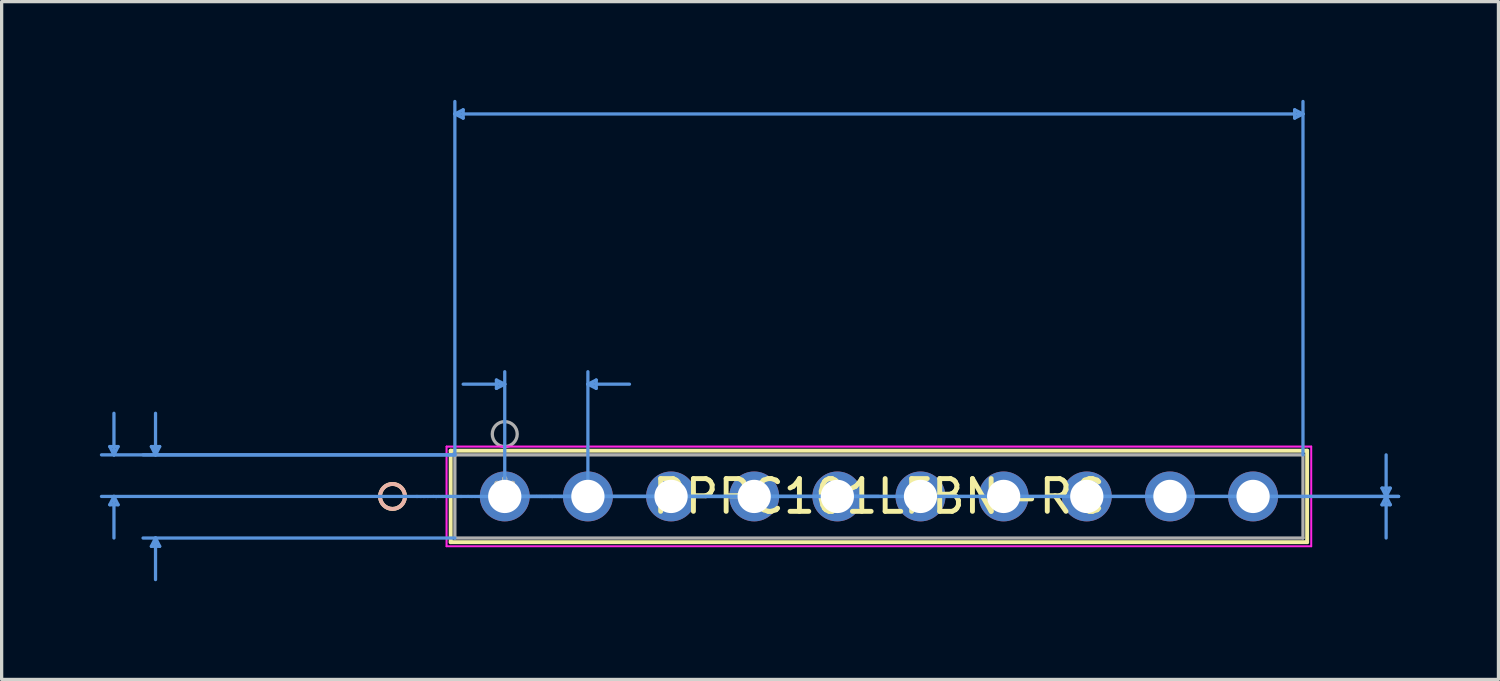
<source format=kicad_pcb>
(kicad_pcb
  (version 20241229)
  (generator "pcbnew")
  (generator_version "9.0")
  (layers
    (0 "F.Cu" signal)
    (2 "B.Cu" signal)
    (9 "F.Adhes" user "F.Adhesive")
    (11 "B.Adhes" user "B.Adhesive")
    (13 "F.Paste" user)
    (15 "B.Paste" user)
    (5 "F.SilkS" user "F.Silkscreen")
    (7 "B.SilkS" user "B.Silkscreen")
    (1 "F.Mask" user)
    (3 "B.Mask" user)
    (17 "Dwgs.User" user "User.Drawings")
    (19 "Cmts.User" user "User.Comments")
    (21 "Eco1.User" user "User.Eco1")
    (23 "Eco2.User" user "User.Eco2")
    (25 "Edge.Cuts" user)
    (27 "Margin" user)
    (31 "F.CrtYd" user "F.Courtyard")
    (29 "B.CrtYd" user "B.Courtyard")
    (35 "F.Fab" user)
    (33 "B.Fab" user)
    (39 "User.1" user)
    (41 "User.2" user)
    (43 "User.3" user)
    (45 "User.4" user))
  (footprint "PPPC101LFBN-RC"
    (layer "F.Cu")
    (at 12.369 12.115)
    (property "Reference" "PPPC101LFBN-RC" (at 11.43 0 0) (layer "F.SilkS") (effects (font (size 1 1) (thickness 0.15))))
    (attr through_hole)
    (fp_line (start -1.651 -1.397) (end -1.651 1.397) (stroke (width 0.12) (type solid)) (layer "F.SilkS"))
    (fp_line (start -1.651 1.397) (end 24.511 1.397) (stroke (width 0.12) (type solid)) (layer "F.SilkS"))
    (fp_line (start 24.511 -1.397) (end -1.651 -1.397) (stroke (width 0.12) (type solid)) (layer "F.SilkS"))
    (fp_line (start 24.511 1.397) (end 24.511 -1.397) (stroke (width 0.12) (type solid)) (layer "F.SilkS"))
    (fp_circle (center -3.429 0) (end -3.048 0) (stroke (width 0.12) (type solid)) (fill no) (layer "F.SilkS"))
    (fp_circle (center -3.429 0) (end -3.048 0) (stroke (width 0.12) (type solid)) (fill no) (layer "B.SilkS"))
    (fp_line (start -12.065 -1.524) (end -11.811 -1.524) (stroke (width 0.1) (type solid)) (layer "Cmts.User"))
    (fp_line (start -12.065 0.254) (end -11.811 0.254) (stroke (width 0.1) (type solid)) (layer "Cmts.User"))
    (fp_line (start -11.938 -1.27) (end -12.065 -1.524) (stroke (width 0.1) (type solid)) (layer "Cmts.User"))
    (fp_line (start -11.938 -1.27) (end -11.938 -2.54) (stroke (width 0.1) (type solid)) (layer "Cmts.User"))
    (fp_line (start -11.938 -1.27) (end -11.811 -1.524) (stroke (width 0.1) (type solid)) (layer "Cmts.User"))
    (fp_line (start -11.938 0) (end -12.065 0.254) (stroke (width 0.1) (type solid)) (layer "Cmts.User"))
    (fp_line (start -11.938 0) (end -11.938 1.27) (stroke (width 0.1) (type solid)) (layer "Cmts.User"))
    (fp_line (start -11.938 0) (end -11.811 0.254) (stroke (width 0.1) (type solid)) (layer "Cmts.User"))
    (fp_line (start -10.795 -1.524) (end -10.541 -1.524) (stroke (width 0.1) (type solid)) (layer "Cmts.User"))
    (fp_line (start -10.795 1.524) (end -10.541 1.524) (stroke (width 0.1) (type solid)) (layer "Cmts.User"))
    (fp_line (start -10.668 -1.27) (end -10.795 -1.524) (stroke (width 0.1) (type solid)) (layer "Cmts.User"))
    (fp_line (start -10.668 -1.27) (end -10.668 -2.54) (stroke (width 0.1) (type solid)) (layer "Cmts.User"))
    (fp_line (start -10.668 -1.27) (end -10.541 -1.524) (stroke (width 0.1) (type solid)) (layer "Cmts.User"))
    (fp_line (start -10.668 1.27) (end -10.795 1.524) (stroke (width 0.1) (type solid)) (layer "Cmts.User"))
    (fp_line (start -10.668 1.27) (end -10.668 2.54) (stroke (width 0.1) (type solid)) (layer "Cmts.User"))
    (fp_line (start -10.668 1.27) (end -10.541 1.524) (stroke (width 0.1) (type solid)) (layer "Cmts.User"))
    (fp_line (start -1.524 -11.684) (end -1.27 -11.811) (stroke (width 0.1) (type solid)) (layer "Cmts.User"))
    (fp_line (start -1.524 -11.684) (end -1.27 -11.557) (stroke (width 0.1) (type solid)) (layer "Cmts.User"))
    (fp_line (start -1.524 -11.684) (end 24.384 -11.684) (stroke (width 0.1) (type solid)) (layer "Cmts.User"))
    (fp_line (start -1.524 -1.27) (end -12.319 -1.27) (stroke (width 0.1) (type solid)) (layer "Cmts.User"))
    (fp_line (start -1.524 -1.27) (end -11.049 -1.27) (stroke (width 0.1) (type solid)) (layer "Cmts.User"))
    (fp_line (start -1.524 -1.27) (end -1.524 -12.065) (stroke (width 0.1) (type solid)) (layer "Cmts.User"))
    (fp_line (start -1.524 1.27) (end -11.049 1.27) (stroke (width 0.1) (type solid)) (layer "Cmts.User"))
    (fp_line (start -1.27 -11.811) (end -1.27 -11.557) (stroke (width 0.1) (type solid)) (layer "Cmts.User"))
    (fp_line (start -0.254 -3.556) (end -0.254 -3.302) (stroke (width 0.1) (type solid)) (layer "Cmts.User"))
    (fp_line (start 0 -3.429) (end -1.27 -3.429) (stroke (width 0.1) (type solid)) (layer "Cmts.User"))
    (fp_line (start 0 -3.429) (end -0.254 -3.556) (stroke (width 0.1) (type solid)) (layer "Cmts.User"))
    (fp_line (start 0 -3.429) (end -0.254 -3.302) (stroke (width 0.1) (type solid)) (layer "Cmts.User"))
    (fp_line (start 0 0) (end 0 -3.81) (stroke (width 0.1) (type solid)) (layer "Cmts.User"))
    (fp_line (start 0 0) (end 27.305 0) (stroke (width 0.1) (type solid)) (layer "Cmts.User"))
    (fp_line (start 0 0) (end 27.305 0) (stroke (width 0.1) (type solid)) (layer "Cmts.User"))
    (fp_line (start 2.54 -3.429) (end 2.794 -3.556) (stroke (width 0.1) (type solid)) (layer "Cmts.User"))
    (fp_line (start 2.54 -3.429) (end 2.794 -3.302) (stroke (width 0.1) (type solid)) (layer "Cmts.User"))
    (fp_line (start 2.54 -3.429) (end 3.81 -3.429) (stroke (width 0.1) (type solid)) (layer "Cmts.User"))
    (fp_line (start 2.54 0) (end 2.54 -3.81) (stroke (width 0.1) (type solid)) (layer "Cmts.User"))
    (fp_line (start 2.794 -3.556) (end 2.794 -3.302) (stroke (width 0.1) (type solid)) (layer "Cmts.User"))
    (fp_line (start 11.43 0) (end -12.319 0) (stroke (width 0.1) (type solid)) (layer "Cmts.User"))
    (fp_line (start 24.13 -11.811) (end 24.13 -11.557) (stroke (width 0.1) (type solid)) (layer "Cmts.User"))
    (fp_line (start 24.384 -11.684) (end 24.13 -11.811) (stroke (width 0.1) (type solid)) (layer "Cmts.User"))
    (fp_line (start 24.384 -11.684) (end 24.13 -11.557) (stroke (width 0.1) (type solid)) (layer "Cmts.User"))
    (fp_line (start 24.384 -1.27) (end 24.384 -12.065) (stroke (width 0.1) (type solid)) (layer "Cmts.User"))
    (fp_line (start 26.797 -0.254) (end 27.051 -0.254) (stroke (width 0.1) (type solid)) (layer "Cmts.User"))
    (fp_line (start 26.797 0.254) (end 27.051 0.254) (stroke (width 0.1) (type solid)) (layer "Cmts.User"))
    (fp_line (start 26.924 0) (end 26.797 -0.254) (stroke (width 0.1) (type solid)) (layer "Cmts.User"))
    (fp_line (start 26.924 0) (end 26.797 0.254) (stroke (width 0.1) (type solid)) (layer "Cmts.User"))
    (fp_line (start 26.924 0) (end 26.924 -1.27) (stroke (width 0.1) (type solid)) (layer "Cmts.User"))
    (fp_line (start 26.924 0) (end 26.924 1.27) (stroke (width 0.1) (type solid)) (layer "Cmts.User"))
    (fp_line (start 26.924 0) (end 27.051 -0.254) (stroke (width 0.1) (type solid)) (layer "Cmts.User"))
    (fp_line (start 26.924 0) (end 27.051 0.254) (stroke (width 0.1) (type solid)) (layer "Cmts.User"))
    (fp_line (start -1.778 -1.524) (end -1.778 1.524) (stroke (width 0.05) (type solid)) (layer "F.CrtYd"))
    (fp_line (start -1.778 -1.524) (end -1.778 1.524) (stroke (width 0.05) (type solid)) (layer "F.CrtYd"))
    (fp_line (start -1.778 1.524) (end 24.638 1.524) (stroke (width 0.05) (type solid)) (layer "F.CrtYd"))
    (fp_line (start -1.778 1.524) (end 24.638 1.524) (stroke (width 0.05) (type solid)) (layer "F.CrtYd"))
    (fp_line (start 24.638 -1.524) (end -1.778 -1.524) (stroke (width 0.05) (type solid)) (layer "F.CrtYd"))
    (fp_line (start 24.638 -1.524) (end -1.778 -1.524) (stroke (width 0.05) (type solid)) (layer "F.CrtYd"))
    (fp_line (start 24.638 1.524) (end 24.638 -1.524) (stroke (width 0.05) (type solid)) (layer "F.CrtYd"))
    (fp_line (start 24.638 1.524) (end 24.638 -1.524) (stroke (width 0.05) (type solid)) (layer "F.CrtYd"))
    (fp_line (start -1.524 -1.27) (end -1.524 1.27) (stroke (width 0.1) (type solid)) (layer "F.Fab"))
    (fp_line (start -1.524 1.27) (end 24.384 1.27) (stroke (width 0.1) (type solid)) (layer "F.Fab"))
    (fp_line (start 24.384 -1.27) (end -1.524 -1.27) (stroke (width 0.1) (type solid)) (layer "F.Fab"))
    (fp_line (start 24.384 1.27) (end 24.384 -1.27) (stroke (width 0.1) (type solid)) (layer "F.Fab"))
    (fp_circle (center 0 -1.905) (end 0.381 -1.905) (stroke (width 0.1) (type solid)) (fill no) (layer "F.Fab"))
    (fp_text user "*" (at 0 0 0) (layer "F.SilkS") (effects (font (size 1 1) (thickness 0.15))))
    (fp_text user "Copyright 2021 Accelerated Designs. All rights reserved." (at 0 0 0) (layer "Cmts.User") (effects (font (size 0.127 0.127) (thickness 0.002))))
    (fp_text user "*" (at 0 0 0) (layer "F.Fab") (effects (font (size 1 1) (thickness 0.15))))
    (pad "1" thru_hole circle (at 0 0) (size 1.524 1.524) (drill 1.016) (layers "*.Cu" "*.Mask"))
    (pad "2" thru_hole circle (at 2.54 0) (size 1.524 1.524) (drill 1.016) (layers "*.Cu" "*.Mask"))
    (pad "3" thru_hole circle (at 5.08 0) (size 1.524 1.524) (drill 1.016) (layers "*.Cu" "*.Mask"))
    (pad "4" thru_hole circle (at 7.62 0) (size 1.524 1.524) (drill 1.016) (layers "*.Cu" "*.Mask"))
    (pad "5" thru_hole circle (at 10.16 0) (size 1.524 1.524) (drill 1.016) (layers "*.Cu" "*.Mask"))
    (pad "6" thru_hole circle (at 12.7 0) (size 1.524 1.524) (drill 1.016) (layers "*.Cu" "*.Mask"))
    (pad "7" thru_hole circle (at 15.24 0) (size 1.524 1.524) (drill 1.016) (layers "*.Cu" "*.Mask"))
    (pad "8" thru_hole circle (at 17.78 0) (size 1.524 1.524) (drill 1.016) (layers "*.Cu" "*.Mask"))
    (pad "9" thru_hole circle (at 20.32 0) (size 1.524 1.524) (drill 1.016) (layers "*.Cu" "*.Mask"))
    (pad "10" thru_hole circle (at 22.86 0) (size 1.524 1.524) (drill 1.016) (layers "*.Cu" "*.Mask")))
  (gr_rect
    (start -3 -3)
    (end 42.724 17.705)
    (stroke (width 0.1) (type default))
    (fill no)
    (layer "Edge.Cuts")))
</source>
